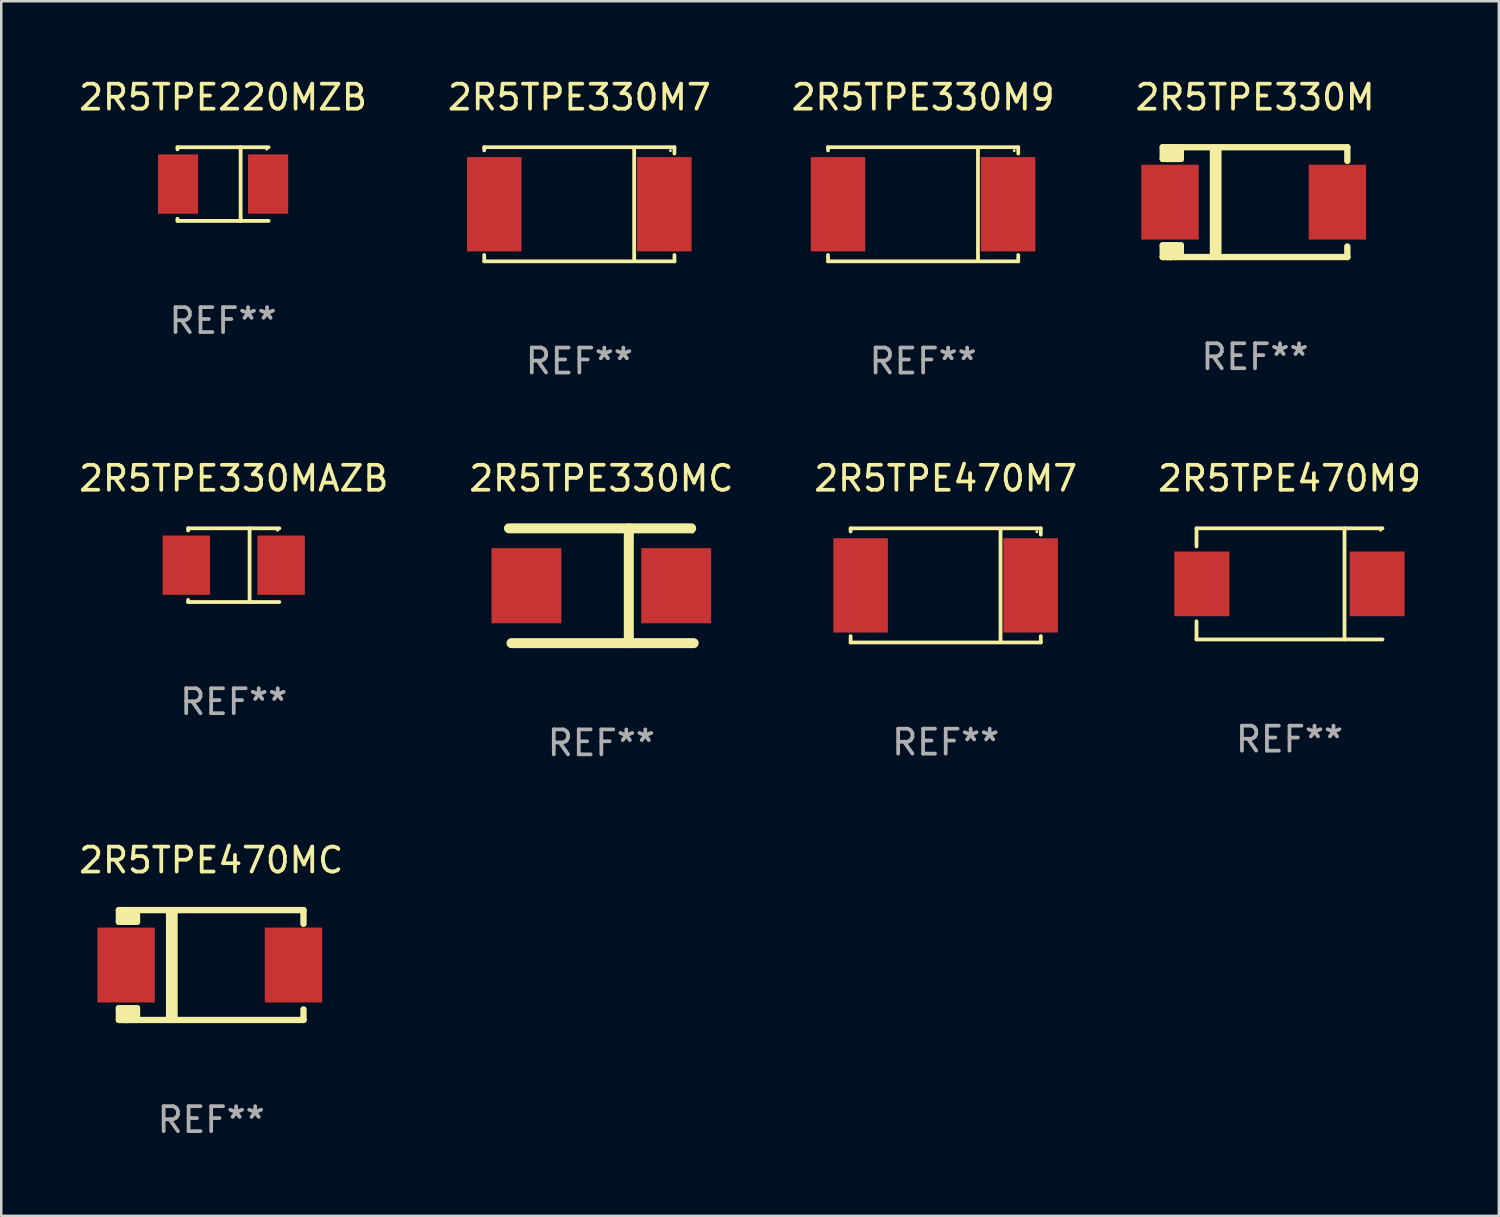
<source format=kicad_pcb>
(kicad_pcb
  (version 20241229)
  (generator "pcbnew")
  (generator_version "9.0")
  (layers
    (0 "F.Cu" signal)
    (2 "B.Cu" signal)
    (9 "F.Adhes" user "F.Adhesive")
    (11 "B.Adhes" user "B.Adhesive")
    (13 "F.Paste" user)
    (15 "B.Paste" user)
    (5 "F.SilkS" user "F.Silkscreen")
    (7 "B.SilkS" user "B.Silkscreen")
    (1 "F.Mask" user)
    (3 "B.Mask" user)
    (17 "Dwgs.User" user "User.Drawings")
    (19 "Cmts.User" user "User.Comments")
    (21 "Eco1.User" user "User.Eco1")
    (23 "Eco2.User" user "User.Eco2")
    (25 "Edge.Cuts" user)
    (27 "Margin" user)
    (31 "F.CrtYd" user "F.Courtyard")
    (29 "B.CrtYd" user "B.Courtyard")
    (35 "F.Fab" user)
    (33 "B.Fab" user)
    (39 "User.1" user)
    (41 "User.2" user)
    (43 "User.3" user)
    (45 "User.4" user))
  (footprint "2R5TPE330M9"
    (layer "F.Cu")
    (at 33.935 5.134)
    (property "Reference" "2R5TPE330M9" (at 0 -4.286 0) (layer "F.SilkS") (effects (font (size 1 1) (thickness 0.15))))
    (attr through_hole)
    (fp_line (start -3.81 -2.286) (end -3.81 -2.159) (stroke (width 0.15) (type solid)) (layer "F.SilkS"))
    (fp_line (start -3.81 2.032) (end -3.81 2.286) (stroke (width 0.15) (type solid)) (layer "F.SilkS"))
    (fp_line (start -3.81 2.286) (end 3.81 2.286) (stroke (width 0.15) (type solid)) (layer "F.SilkS"))
    (fp_line (start 2.197 -2.226) (end 2.197 2.226) (stroke (width 0.152) (type solid)) (layer "F.SilkS"))
    (fp_line (start 3.81 -2.286) (end -3.81 -2.286) (stroke (width 0.15) (type solid)) (layer "F.SilkS"))
    (fp_line (start 3.81 -2.032) (end 3.81 -2.286) (stroke (width 0.15) (type solid)) (layer "F.SilkS"))
    (fp_line (start 3.81 2.286) (end 3.81 2.032) (stroke (width 0.15) (type solid)) (layer "F.SilkS"))
    (fp_circle (center 3.65 -2.15) (end 3.68 -2.15) (stroke (width 0.06) (type solid)) (fill no) (layer "F.SilkS"))
    (fp_text user "REF**" (at 0 6.286 0) (layer "F.Fab") (effects (font (size 1 1) (thickness 0.15))))
    (pad "1" smd rect (at 3.404 0 180) (size 2.185 3.78) (layers "F.Cu" "F.Mask" "F.Paste"))
    (pad "2" smd rect (at -3.409 0 180) (size 2.185 3.78) (layers "F.Cu" "F.Mask" "F.Paste")))
  (footprint "2R5TPE470M9"
    (layer "F.Cu")
    (at 48.613 20.343)
    (property "Reference" "2R5TPE470M9" (at 0 -4.226 0) (layer "F.SilkS") (effects (font (size 1 1) (thickness 0.15))))
    (attr through_hole)
    (fp_line (start -3.726 -2.226) (end -3.726 -1.499) (stroke (width 0.152) (type solid)) (layer "F.SilkS"))
    (fp_line (start -3.726 -2.226) (end 3.726 -2.226) (stroke (width 0.152) (type solid)) (layer "F.SilkS"))
    (fp_line (start -3.726 2.226) (end -3.726 1.499) (stroke (width 0.152) (type solid)) (layer "F.SilkS"))
    (fp_line (start -3.726 2.226) (end 3.726 2.226) (stroke (width 0.152) (type solid)) (layer "F.SilkS"))
    (fp_line (start 2.204 -2.226) (end 2.204 2.226) (stroke (width 0.152) (type solid)) (layer "F.SilkS"))
    (fp_circle (center 3.65 -2.15) (end 3.68 -2.15) (stroke (width 0.06) (type solid)) (fill no) (layer "F.SilkS"))
    (fp_text user "REF**" (at 0 6.226 0) (layer "F.Fab") (effects (font (size 1 1) (thickness 0.15))))
    (pad "1" smd rect (at 3.511 0) (size 2.207 2.592) (layers "F.Cu" "F.Mask" "F.Paste"))
    (pad "2" smd rect (at -3.511 0) (size 2.207 2.592) (layers "F.Cu" "F.Mask" "F.Paste")))
  (footprint "2R5TPE470M7"
    (layer "F.Cu")
    (at 34.839 20.403)
    (property "Reference" "2R5TPE470M7" (at 0 -4.286 0) (layer "F.SilkS") (effects (font (size 1 1) (thickness 0.15))))
    (attr through_hole)
    (fp_line (start -3.81 -2.286) (end -3.81 -2.159) (stroke (width 0.15) (type solid)) (layer "F.SilkS"))
    (fp_line (start -3.81 2.032) (end -3.81 2.286) (stroke (width 0.15) (type solid)) (layer "F.SilkS"))
    (fp_line (start -3.81 2.286) (end 3.81 2.286) (stroke (width 0.15) (type solid)) (layer "F.SilkS"))
    (fp_line (start 2.197 -2.226) (end 2.197 2.226) (stroke (width 0.152) (type solid)) (layer "F.SilkS"))
    (fp_line (start 3.81 -2.286) (end -3.81 -2.286) (stroke (width 0.15) (type solid)) (layer "F.SilkS"))
    (fp_line (start 3.81 -2.032) (end 3.81 -2.286) (stroke (width 0.15) (type solid)) (layer "F.SilkS"))
    (fp_line (start 3.81 2.286) (end 3.81 2.032) (stroke (width 0.15) (type solid)) (layer "F.SilkS"))
    (fp_circle (center 3.65 -2.15) (end 3.68 -2.15) (stroke (width 0.06) (type solid)) (fill no) (layer "F.SilkS"))
    (fp_text user "REF**" (at 0 6.286 0) (layer "F.Fab") (effects (font (size 1 1) (thickness 0.15))))
    (pad "1" smd rect (at 3.404 0 180) (size 2.185 3.78) (layers "F.Cu" "F.Mask" "F.Paste"))
    (pad "2" smd rect (at -3.409 0 180) (size 2.185 3.78) (layers "F.Cu" "F.Mask" "F.Paste")))
  (footprint "2R5TPE470MC"
    (layer "F.Cu")
    (at 5.411 35.613)
    (property "Reference" "2R5TPE470MC" (at 0 -4.2 0) (layer "F.SilkS") (effects (font (size 1 1) (thickness 0.15))))
    (attr through_hole)
    (fp_line (start -3.698 -2.2) (end -3.502 -2.2) (stroke (width 0.254) (type solid)) (layer "F.SilkS"))
    (fp_line (start -3.698 -1.731) (end -3.698 -2.2) (stroke (width 0.254) (type solid)) (layer "F.SilkS"))
    (fp_line (start -3.698 -1.731) (end -3.502 -1.731) (stroke (width 0.254) (type solid)) (layer "F.SilkS"))
    (fp_line (start -3.698 1.731) (end -3.502 1.731) (stroke (width 0.254) (type solid)) (layer "F.SilkS"))
    (fp_line (start -3.698 2.2) (end -3.698 1.731) (stroke (width 0.254) (type solid)) (layer "F.SilkS"))
    (fp_line (start -3.66 2.2) (end -3.698 2.2) (stroke (width 0.254) (type solid)) (layer "F.SilkS"))
    (fp_line (start -3.66 2.2) (end -3.346 2.2) (stroke (width 0.254) (type solid)) (layer "F.SilkS"))
    (fp_line (start -3.502 -2.2) (end 3.698 -2.2) (stroke (width 0.254) (type solid)) (layer "F.SilkS"))
    (fp_line (start -3.502 -1.731) (end -3.502 -2.2) (stroke (width 0.254) (type solid)) (layer "F.SilkS"))
    (fp_line (start -3.502 1.731) (end -3.502 1.778) (stroke (width 0.254) (type solid)) (layer "F.SilkS"))
    (fp_line (start -3.502 1.731) (end -3.178 1.731) (stroke (width 0.254) (type solid)) (layer "F.SilkS"))
    (fp_line (start -3.502 1.778) (end -3.502 1.731) (stroke (width 0.254) (type solid)) (layer "F.SilkS"))
    (fp_line (start -3.502 2.2) (end -3.502 1.778) (stroke (width 0.254) (type solid)) (layer "F.SilkS"))
    (fp_line (start -3.502 2.2) (end 3.698 2.2) (stroke (width 0.254) (type solid)) (layer "F.SilkS"))
    (fp_line (start -3.367 -2.2) (end -3.367 -1.731) (stroke (width 0.254) (type solid)) (layer "F.SilkS"))
    (fp_line (start -3.346 1.731) (end -3.346 2.2) (stroke (width 0.254) (type solid)) (layer "F.SilkS"))
    (fp_line (start -3.346 2.2) (end -3.346 2.2) (stroke (width 0.254) (type solid)) (layer "F.SilkS"))
    (fp_line (start -3.332 1.731) (end -3.346 1.731) (stroke (width 0.254) (type solid)) (layer "F.SilkS"))
    (fp_line (start -3.303 -2.2) (end -3.367 -2.2) (stroke (width 0.254) (type solid)) (layer "F.SilkS"))
    (fp_line (start -3.179 -1.731) (end -3.179 -1.731) (stroke (width 0.254) (type solid)) (layer "F.SilkS"))
    (fp_line (start -3.179 1.731) (end -3.179 2.2) (stroke (width 0.254) (type solid)) (layer "F.SilkS"))
    (fp_line (start -3.178 -1.731) (end -3.502 -1.731) (stroke (width 0.254) (type solid)) (layer "F.SilkS"))
    (fp_line (start -3.178 -1.731) (end -3.179 -1.731) (stroke (width 0.254) (type solid)) (layer "F.SilkS"))
    (fp_line (start -3.178 -1.731) (end -3.178 -2.2) (stroke (width 0.254) (type solid)) (layer "F.SilkS"))
    (fp_line (start -3.178 1.731) (end -3.178 1.731) (stroke (width 0.254) (type solid)) (layer "F.SilkS"))
    (fp_line (start -2.972 -2.2) (end -2.972 -1.731) (stroke (width 0.254) (type solid)) (layer "F.SilkS"))
    (fp_line (start -2.972 -1.731) (end -3.502 -1.731) (stroke (width 0.254) (type solid)) (layer "F.SilkS"))
    (fp_line (start -2.972 1.731) (end -3.179 1.731) (stroke (width 0.254) (type solid)) (layer "F.SilkS"))
    (fp_line (start -2.972 1.731) (end -2.972 2.2) (stroke (width 0.254) (type solid)) (layer "F.SilkS"))
    (fp_line (start -2.957 -2.2) (end -2.972 -2.2) (stroke (width 0.254) (type solid)) (layer "F.SilkS"))
    (fp_line (start -1.686 -2.2) (end -1.686 2.2) (stroke (width 0.254) (type solid)) (layer "F.SilkS"))
    (fp_line (start -1.469 -2.159) (end -1.469 2.2) (stroke (width 0.254) (type solid)) (layer "F.SilkS"))
    (fp_line (start -1.452 -2.159) (end -1.469 -2.159) (stroke (width 0.254) (type solid)) (layer "F.SilkS"))
    (fp_line (start 3.698 -2.2) (end 3.698 -1.651) (stroke (width 0.254) (type solid)) (layer "F.SilkS"))
    (fp_line (start 3.698 2.2) (end 3.698 1.778) (stroke (width 0.254) (type solid)) (layer "F.SilkS"))
    (fp_circle (center -3.552 2.15) (end -3.522 2.15) (stroke (width 0.06) (type solid)) (fill no) (layer "F.SilkS"))
    (fp_text user "REF**" (at 0 6.2 0) (layer "F.Fab") (effects (font (size 1 1) (thickness 0.15))))
    (pad "1" smd rect (at -3.407 0) (size 2.3 3) (layers "F.Cu" "F.Mask" "F.Paste"))
    (pad "2" smd rect (at 3.298 0) (size 2.3 3) (layers "F.Cu" "F.Mask" "F.Paste")))
  (footprint "2R5TPE330MC"
    (layer "F.Cu")
    (at 21.042 20.417)
    (property "Reference" "2R5TPE330MC" (at 0 -4.3 0) (layer "F.SilkS") (effects (font (size 1 1) (thickness 0.15))))
    (attr through_hole)
    (fp_line (start -3.7 -2.3) (end 3.6 -2.3) (stroke (width 0.4) (type solid)) (layer "F.SilkS"))
    (fp_line (start 1.1 2.3) (end 1.101 -2.3) (stroke (width 0.4) (type solid)) (layer "F.SilkS"))
    (fp_line (start 3.7 2.3) (end -3.6 2.3) (stroke (width 0.4) (type solid)) (layer "F.SilkS"))
    (fp_circle (center 3.65 -2.15) (end 3.68 -2.15) (stroke (width 0.06) (type solid)) (fill no) (layer "F.SilkS"))
    (fp_text user "REF**" (at 0 6.3 0) (layer "F.Fab") (effects (font (size 1 1) (thickness 0.15))))
    (pad "1" smd rect (at 3 0 180) (size 2.799 3.01) (layers "F.Cu" "F.Mask" "F.Paste"))
    (pad "2" smd rect (at -3 0 180) (size 2.799 3.01) (layers "F.Cu" "F.Mask" "F.Paste")))
  (footprint "2R5TPE330M"
    (layer "F.Cu")
    (at 47.232 5.048)
    (property "Reference" "2R5TPE330M" (at 0 -4.2 0) (layer "F.SilkS") (effects (font (size 1 1) (thickness 0.15))))
    (attr through_hole)
    (fp_line (start -3.698 -2.2) (end -3.502 -2.2) (stroke (width 0.254) (type solid)) (layer "F.SilkS"))
    (fp_line (start -3.698 -1.731) (end -3.698 -2.2) (stroke (width 0.254) (type solid)) (layer "F.SilkS"))
    (fp_line (start -3.698 -1.731) (end -3.502 -1.731) (stroke (width 0.254) (type solid)) (layer "F.SilkS"))
    (fp_line (start -3.698 1.731) (end -3.502 1.731) (stroke (width 0.254) (type solid)) (layer "F.SilkS"))
    (fp_line (start -3.698 2.2) (end -3.698 1.731) (stroke (width 0.254) (type solid)) (layer "F.SilkS"))
    (fp_line (start -3.66 2.2) (end -3.698 2.2) (stroke (width 0.254) (type solid)) (layer "F.SilkS"))
    (fp_line (start -3.66 2.2) (end -3.346 2.2) (stroke (width 0.254) (type solid)) (layer "F.SilkS"))
    (fp_line (start -3.502 -2.2) (end 3.698 -2.2) (stroke (width 0.254) (type solid)) (layer "F.SilkS"))
    (fp_line (start -3.502 -1.731) (end -3.502 -2.2) (stroke (width 0.254) (type solid)) (layer "F.SilkS"))
    (fp_line (start -3.502 1.731) (end -3.502 1.778) (stroke (width 0.254) (type solid)) (layer "F.SilkS"))
    (fp_line (start -3.502 1.731) (end -3.178 1.731) (stroke (width 0.254) (type solid)) (layer "F.SilkS"))
    (fp_line (start -3.502 1.778) (end -3.502 1.731) (stroke (width 0.254) (type solid)) (layer "F.SilkS"))
    (fp_line (start -3.502 2.2) (end -3.502 1.778) (stroke (width 0.254) (type solid)) (layer "F.SilkS"))
    (fp_line (start -3.502 2.2) (end 3.698 2.2) (stroke (width 0.254) (type solid)) (layer "F.SilkS"))
    (fp_line (start -3.367 -2.2) (end -3.367 -1.731) (stroke (width 0.254) (type solid)) (layer "F.SilkS"))
    (fp_line (start -3.346 1.731) (end -3.346 2.2) (stroke (width 0.254) (type solid)) (layer "F.SilkS"))
    (fp_line (start -3.346 2.2) (end -3.346 2.2) (stroke (width 0.254) (type solid)) (layer "F.SilkS"))
    (fp_line (start -3.332 1.731) (end -3.346 1.731) (stroke (width 0.254) (type solid)) (layer "F.SilkS"))
    (fp_line (start -3.303 -2.2) (end -3.367 -2.2) (stroke (width 0.254) (type solid)) (layer "F.SilkS"))
    (fp_line (start -3.179 -1.731) (end -3.179 -1.731) (stroke (width 0.254) (type solid)) (layer "F.SilkS"))
    (fp_line (start -3.179 1.731) (end -3.179 2.2) (stroke (width 0.254) (type solid)) (layer "F.SilkS"))
    (fp_line (start -3.178 -1.731) (end -3.502 -1.731) (stroke (width 0.254) (type solid)) (layer "F.SilkS"))
    (fp_line (start -3.178 -1.731) (end -3.179 -1.731) (stroke (width 0.254) (type solid)) (layer "F.SilkS"))
    (fp_line (start -3.178 -1.731) (end -3.178 -2.2) (stroke (width 0.254) (type solid)) (layer "F.SilkS"))
    (fp_line (start -3.178 1.731) (end -3.178 1.731) (stroke (width 0.254) (type solid)) (layer "F.SilkS"))
    (fp_line (start -2.972 -2.2) (end -2.972 -1.731) (stroke (width 0.254) (type solid)) (layer "F.SilkS"))
    (fp_line (start -2.972 -1.731) (end -3.502 -1.731) (stroke (width 0.254) (type solid)) (layer "F.SilkS"))
    (fp_line (start -2.972 1.731) (end -3.179 1.731) (stroke (width 0.254) (type solid)) (layer "F.SilkS"))
    (fp_line (start -2.972 1.731) (end -2.972 2.2) (stroke (width 0.254) (type solid)) (layer "F.SilkS"))
    (fp_line (start -2.957 -2.2) (end -2.972 -2.2) (stroke (width 0.254) (type solid)) (layer "F.SilkS"))
    (fp_line (start -1.686 -2.2) (end -1.686 2.2) (stroke (width 0.254) (type solid)) (layer "F.SilkS"))
    (fp_line (start -1.469 -2.159) (end -1.469 2.2) (stroke (width 0.254) (type solid)) (layer "F.SilkS"))
    (fp_line (start -1.452 -2.159) (end -1.469 -2.159) (stroke (width 0.254) (type solid)) (layer "F.SilkS"))
    (fp_line (start 3.698 -2.2) (end 3.698 -1.651) (stroke (width 0.254) (type solid)) (layer "F.SilkS"))
    (fp_line (start 3.698 2.2) (end 3.698 1.778) (stroke (width 0.254) (type solid)) (layer "F.SilkS"))
    (fp_circle (center -3.552 2.15) (end -3.522 2.15) (stroke (width 0.06) (type solid)) (fill no) (layer "F.SilkS"))
    (fp_text user "REF**" (at 0 6.2 0) (layer "F.Fab") (effects (font (size 1 1) (thickness 0.15))))
    (pad "1" smd rect (at -3.407 0) (size 2.3 3) (layers "F.Cu" "F.Mask" "F.Paste"))
    (pad "2" smd rect (at 3.298 0) (size 2.3 3) (layers "F.Cu" "F.Mask" "F.Paste")))
  (footprint "2R5TPE330MAZB"
    (layer "F.Cu")
    (at 6.315 19.593)
    (property "Reference" "2R5TPE330MAZB" (at 0 -3.476 0) (layer "F.SilkS") (effects (font (size 1 1) (thickness 0.15))))
    (attr through_hole)
    (fp_line (start -1.826 -1.476) (end -1.826 -1.391) (stroke (width 0.152) (type solid)) (layer "F.SilkS"))
    (fp_line (start -1.826 -1.476) (end 1.826 -1.476) (stroke (width 0.152) (type solid)) (layer "F.SilkS"))
    (fp_line (start -1.826 1.476) (end -1.826 1.391) (stroke (width 0.152) (type solid)) (layer "F.SilkS"))
    (fp_line (start -1.826 1.476) (end 1.826 1.476) (stroke (width 0.152) (type solid)) (layer "F.SilkS"))
    (fp_line (start 0.635 -1.476) (end 0.635 1.476) (stroke (width 0.152) (type solid)) (layer "F.SilkS"))
    (fp_circle (center 1.75 -1.4) (end 1.78 -1.4) (stroke (width 0.06) (type solid)) (fill no) (layer "F.SilkS"))
    (fp_text user "REF**" (at 0 5.476 0) (layer "F.Fab") (effects (font (size 1 1) (thickness 0.15))))
    (pad "1" smd rect (at 1.899 0) (size 1.9 2.376) (layers "F.Cu" "F.Mask" "F.Paste"))
    (pad "2" smd rect (at -1.899 0) (size 1.9 2.376) (layers "F.Cu" "F.Mask" "F.Paste")))
  (footprint "2R5TPE220MZB"
    (layer "F.Cu")
    (at 5.887 4.324)
    (property "Reference" "2R5TPE220MZB" (at 0 -3.476 0) (layer "F.SilkS") (effects (font (size 1 1) (thickness 0.15))))
    (attr through_hole)
    (fp_line (start -1.826 -1.476) (end -1.826 -1.391) (stroke (width 0.152) (type solid)) (layer "F.SilkS"))
    (fp_line (start -1.826 -1.476) (end 1.826 -1.476) (stroke (width 0.152) (type solid)) (layer "F.SilkS"))
    (fp_line (start -1.826 1.476) (end -1.826 1.391) (stroke (width 0.152) (type solid)) (layer "F.SilkS"))
    (fp_line (start -1.826 1.476) (end 1.826 1.476) (stroke (width 0.152) (type solid)) (layer "F.SilkS"))
    (fp_line (start 0.704 -1.476) (end 0.704 1.476) (stroke (width 0.152) (type solid)) (layer "F.SilkS"))
    (fp_circle (center 1.75 -1.4) (end 1.78 -1.4) (stroke (width 0.06) (type solid)) (fill no) (layer "F.SilkS"))
    (fp_text user "REF**" (at 0 5.476 0) (layer "F.Fab") (effects (font (size 1 1) (thickness 0.15))))
    (pad "1" smd rect (at 1.804 0) (size 1.607 2.376) (layers "F.Cu" "F.Mask" "F.Paste"))
    (pad "2" smd rect (at -1.804 0) (size 1.607 2.376) (layers "F.Cu" "F.Mask" "F.Paste")))
  (footprint "2R5TPE330M7"
    (layer "F.Cu")
    (at 20.161 5.134)
    (property "Reference" "2R5TPE330M7" (at 0 -4.286 0) (layer "F.SilkS") (effects (font (size 1 1) (thickness 0.15))))
    (attr through_hole)
    (fp_line (start -3.81 -2.286) (end -3.81 -2.159) (stroke (width 0.15) (type solid)) (layer "F.SilkS"))
    (fp_line (start -3.81 2.032) (end -3.81 2.286) (stroke (width 0.15) (type solid)) (layer "F.SilkS"))
    (fp_line (start -3.81 2.286) (end 3.81 2.286) (stroke (width 0.15) (type solid)) (layer "F.SilkS"))
    (fp_line (start 2.197 -2.226) (end 2.197 2.226) (stroke (width 0.152) (type solid)) (layer "F.SilkS"))
    (fp_line (start 3.81 -2.286) (end -3.81 -2.286) (stroke (width 0.15) (type solid)) (layer "F.SilkS"))
    (fp_line (start 3.81 -2.032) (end 3.81 -2.286) (stroke (width 0.15) (type solid)) (layer "F.SilkS"))
    (fp_line (start 3.81 2.286) (end 3.81 2.032) (stroke (width 0.15) (type solid)) (layer "F.SilkS"))
    (fp_circle (center 3.65 -2.15) (end 3.68 -2.15) (stroke (width 0.06) (type solid)) (fill no) (layer "F.SilkS"))
    (fp_text user "REF**" (at 0 6.286 0) (layer "F.Fab") (effects (font (size 1 1) (thickness 0.15))))
    (pad "1" smd rect (at 3.404 0 180) (size 2.185 3.78) (layers "F.Cu" "F.Mask" "F.Paste"))
    (pad "2" smd rect (at -3.409 0 180) (size 2.185 3.78) (layers "F.Cu" "F.Mask" "F.Paste")))
  (gr_rect
    (start -3 -3)
    (end 57 45.662)
    (stroke (width 0.1) (type default))
    (fill no)
    (layer "Edge.Cuts")))
</source>
